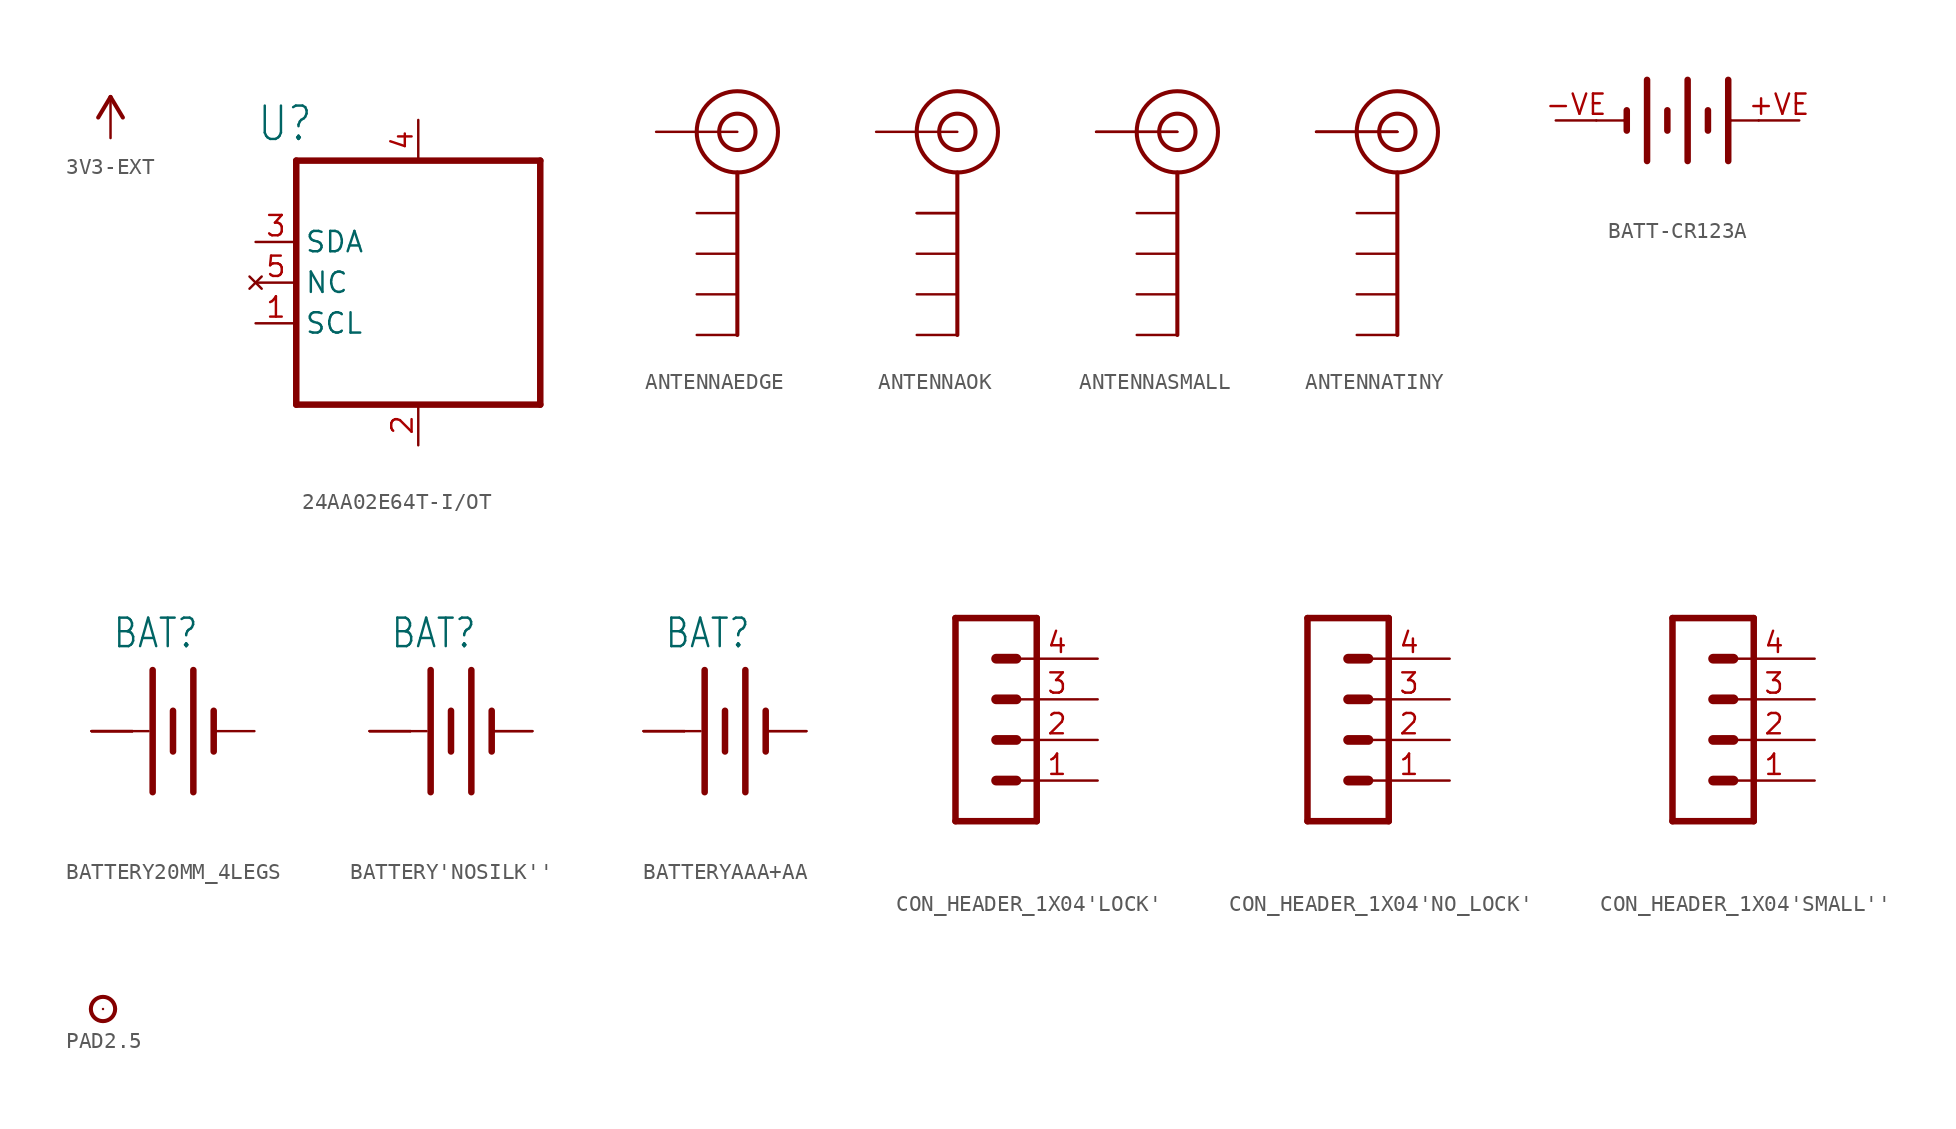
<source format=kicad_sym>
(kicad_symbol_lib
  (version 20231120)
  (generator "kicad_symbol_editor")
  (generator_version "8.0")
  (symbol "3V3-EXT"
    (power)
    (property "Reference" "#P+"
      (at 0 0 0)
      (effects (font (size 1.27 1.27)) (hide yes)))
    (property "Value" ""
      (at -1.016 3.556 0)
      (effects (font (size 1.778 1.511)) (justify left bottom)))
    (property "ki_locked" ""
      (at 0 0 0)
      (effects (font (size 1.27 1.27))))
    (symbol "3V3-EXT_1_0"
      (polyline (pts (xy 0 2.54) (xy -0.762 1.27)) (stroke (width 0.254) (type solid)) (fill (type none)))
      (polyline (pts (xy 0.762 1.27) (xy 0 2.54)) (stroke (width 0.254) (type solid)) (fill (type none)))
      (pin power_in line (at 0 0 90) (length 2.54) (name "3V3-EXT" (effects (font (size 0 0)))) (number "1" (effects (font (size 0 0)))))))
  (symbol "24AA02E64T-I/OT"
    (property "Reference" "U"
      (at -12.649 6.172 0)
      (effects (font (size 2.083 1.77)) (justify left bottom)))
    (property "Value" ""
      (at -0.762 -12.954 0)
      (effects (font (size 2.083 1.77)) (justify left bottom)))
    (property "ki_locked" ""
      (at 0 0 0)
      (effects (font (size 1.27 1.27))))
    (symbol "24AA02E64T-I/OT_1_0"
      (polyline (pts (xy -10.16 -10.16) (xy 5.08 -10.16)) (stroke (width 0.406) (type solid)) (fill (type none)))
      (polyline (pts (xy -10.16 5.08) (xy -10.16 -10.16)) (stroke (width 0.406) (type solid)) (fill (type none)))
      (polyline (pts (xy 5.08 -10.16) (xy 5.08 5.08)) (stroke (width 0.406) (type solid)) (fill (type none)))
      (polyline (pts (xy 5.08 5.08) (xy -10.16 5.08)) (stroke (width 0.406) (type solid)) (fill (type none)))
      (pin input line (at -12.7 -5.08 0) (length 2.54) (name "SCL" (effects (font (size 1.27 1.27)))) (number "1" (effects (font (size 1.27 1.27)))))
      (pin power_in line (at -2.54 -12.7 90) (length 2.54) (name "VSS" (effects (font (size 0 0)))) (number "2" (effects (font (size 1.27 1.27)))))
      (pin bidirectional line (at -12.7 0 0) (length 2.54) (name "SDA" (effects (font (size 1.27 1.27)))) (number "3" (effects (font (size 1.27 1.27)))))
      (pin power_in line (at -2.54 7.62 270) (length 2.54) (name "VCC" (effects (font (size 0 0)))) (number "4" (effects (font (size 1.27 1.27)))))
      (pin no_connect line (at -12.7 -2.54 0) (length 2.54) (name "NC" (effects (font (size 1.27 1.27)))) (number "5" (effects (font (size 1.27 1.27)))))))
  (symbol "ANTENNAEDGE"
    (property "Reference" "J$"
      (at 0 0 0)
      (effects (font (size 1.27 1.27)) (hide yes)))
    (property "ki_locked" ""
      (at 0 0 0)
      (effects (font (size 1.27 1.27))))
    (symbol "ANTENNAEDGE_1_0"
      (polyline (pts (xy 0 -2.54) (xy 0 -12.7)) (stroke (width 0.254) (type solid)) (fill (type none)))
      (circle (center 0 0) (radius 1.136) (stroke (width 0.254) (type solid)) (fill (type none)))
      (circle (center 0 0) (radius 2.54) (stroke (width 0.254) (type solid)) (fill (type none)))
      (pin bidirectional line (at -2.54 -5.08 0) (length 2.54) (name "GND@0" (effects (font (size 0 0)))) (number "GND@0" (effects (font (size 0 0)))))
      (pin bidirectional line (at -2.54 -7.62 0) (length 2.54) (name "GND@1" (effects (font (size 0 0)))) (number "GND@1" (effects (font (size 0 0)))))
      (pin bidirectional line (at -2.54 -10.16 0) (length 2.54) (name "GND@2" (effects (font (size 0 0)))) (number "GND@2" (effects (font (size 0 0)))))
      (pin bidirectional line (at -2.54 -12.7 0) (length 2.54) (name "GND@3" (effects (font (size 0 0)))) (number "GND@3" (effects (font (size 0 0)))))
      (pin bidirectional line (at -5.08 0 0) (length 5.08) (name "SIGNAL" (effects (font (size 0 0)))) (number "SIG" (effects (font (size 0 0)))))))
  (symbol "ANTENNAOK"
    (property "Reference" "J$"
      (at 0 0 0)
      (effects (font (size 1.27 1.27)) (hide yes)))
    (property "ki_locked" ""
      (at 0 0 0)
      (effects (font (size 1.27 1.27))))
    (symbol "ANTENNAOK_1_0"
      (polyline (pts (xy 0 -2.54) (xy 0 -12.7)) (stroke (width 0.254) (type solid)) (fill (type none)))
      (circle (center 0 0) (radius 1.136) (stroke (width 0.254) (type solid)) (fill (type none)))
      (circle (center 0 0) (radius 2.54) (stroke (width 0.254) (type solid)) (fill (type none)))
      (pin bidirectional line (at -2.54 -5.08 0) (length 2.54) (name "GND@0" (effects (font (size 0 0)))) (number "ANT1" (effects (font (size 0 0)))))
      (pin bidirectional line (at -5.08 0 0) (length 5.08) (name "SIGNAL" (effects (font (size 0 0)))) (number "ANT2" (effects (font (size 0 0)))))
      (pin bidirectional line (at -2.54 -5.08 0) (length 2.54) (name "GND@0" (effects (font (size 0 0)))) (number "GND1" (effects (font (size 0 0)))))
      (pin bidirectional line (at -2.54 -7.62 0) (length 2.54) (name "GND@1" (effects (font (size 0 0)))) (number "GND2" (effects (font (size 0 0)))))
      (pin bidirectional line (at -2.54 -10.16 0) (length 2.54) (name "GND@2" (effects (font (size 0 0)))) (number "GND3" (effects (font (size 0 0)))))
      (pin bidirectional line (at -2.54 -12.7 0) (length 2.54) (name "GND@3" (effects (font (size 0 0)))) (number "GND4" (effects (font (size 0 0)))))))
  (symbol "ANTENNASMALL"
    (property "Reference" "J$"
      (at 0 0 0)
      (effects (font (size 1.27 1.27)) (hide yes)))
    (property "ki_locked" ""
      (at 0 0 0)
      (effects (font (size 1.27 1.27))))
    (symbol "ANTENNASMALL_1_0"
      (polyline (pts (xy 0 -2.54) (xy 0 -12.7)) (stroke (width 0.254) (type solid)) (fill (type none)))
      (circle (center 0 0) (radius 1.136) (stroke (width 0.254) (type solid)) (fill (type none)))
      (circle (center 0 0) (radius 2.54) (stroke (width 0.254) (type solid)) (fill (type none)))
      (pin bidirectional line (at -5.08 0 0) (length 5.08) (name "SIGNAL" (effects (font (size 0 0)))) (number "ANT1" (effects (font (size 0 0)))))
      (pin bidirectional line (at -5.08 0 0) (length 5.08) (name "SIGNAL" (effects (font (size 0 0)))) (number "ANT2" (effects (font (size 0 0)))))
      (pin bidirectional line (at -2.54 -5.08 0) (length 2.54) (name "GND@0" (effects (font (size 0 0)))) (number "GND1" (effects (font (size 0 0)))))
      (pin bidirectional line (at -2.54 -7.62 0) (length 2.54) (name "GND@1" (effects (font (size 0 0)))) (number "GND2" (effects (font (size 0 0)))))
      (pin bidirectional line (at -2.54 -10.16 0) (length 2.54) (name "GND@2" (effects (font (size 0 0)))) (number "GND3" (effects (font (size 0 0)))))
      (pin bidirectional line (at -2.54 -12.7 0) (length 2.54) (name "GND@3" (effects (font (size 0 0)))) (number "GND4" (effects (font (size 0 0)))))))
  (symbol "ANTENNATINY"
    (property "Reference" "J$"
      (at 0 0 0)
      (effects (font (size 1.27 1.27)) (hide yes)))
    (property "ki_locked" ""
      (at 0 0 0)
      (effects (font (size 1.27 1.27))))
    (symbol "ANTENNATINY_1_0"
      (polyline (pts (xy 0 -2.54) (xy 0 -12.7)) (stroke (width 0.254) (type solid)) (fill (type none)))
      (circle (center 0 0) (radius 1.136) (stroke (width 0.254) (type solid)) (fill (type none)))
      (circle (center 0 0) (radius 2.54) (stroke (width 0.254) (type solid)) (fill (type none)))
      (pin bidirectional line (at -5.08 0 0) (length 5.08) (name "SIGNAL" (effects (font (size 0 0)))) (number "ANT1" (effects (font (size 0 0)))))
      (pin bidirectional line (at -5.08 0 0) (length 5.08) (name "SIGNAL" (effects (font (size 0 0)))) (number "ANT2" (effects (font (size 0 0)))))
      (pin bidirectional line (at -5.08 0 0) (length 5.08) (name "SIGNAL" (effects (font (size 0 0)))) (number "ANT3" (effects (font (size 0 0)))))
      (pin bidirectional line (at -2.54 -5.08 0) (length 2.54) (name "GND@0" (effects (font (size 0 0)))) (number "GND1" (effects (font (size 0 0)))))
      (pin bidirectional line (at -2.54 -7.62 0) (length 2.54) (name "GND@1" (effects (font (size 0 0)))) (number "GND2" (effects (font (size 0 0)))))
      (pin bidirectional line (at -2.54 -10.16 0) (length 2.54) (name "GND@2" (effects (font (size 0 0)))) (number "GND3" (effects (font (size 0 0)))))
      (pin bidirectional line (at -2.54 -12.7 0) (length 2.54) (name "GND@3" (effects (font (size 0 0)))) (number "GND4" (effects (font (size 0 0)))))))
  (symbol "BATT-CR123A"
    (property "Reference" ""
      (at -3.81 3.175 0)
      (effects (font (size 1.778 1.511)) (justify left bottom) (hide yes)))
    (property "Value" ""
      (at -3.81 -5.08 0)
      (effects (font (size 1.778 1.511)) (justify left bottom)))
    (property "ki_locked" ""
      (at 0 0 0)
      (effects (font (size 1.27 1.27))))
    (symbol "BATT-CR123A_1_0"
      (polyline (pts (xy -5.08 0) (xy -3.175 0)) (stroke (width 0.152) (type solid)) (fill (type none)))
      (polyline (pts (xy -3.175 0) (xy -3.175 -0.635)) (stroke (width 0.406) (type solid)) (fill (type none)))
      (polyline (pts (xy -3.175 0.635) (xy -3.175 0)) (stroke (width 0.406) (type solid)) (fill (type none)))
      (polyline (pts (xy -1.905 2.54) (xy -1.905 -2.54)) (stroke (width 0.406) (type solid)) (fill (type none)))
      (polyline (pts (xy -0.635 0.635) (xy -0.635 -0.635)) (stroke (width 0.406) (type solid)) (fill (type none)))
      (polyline (pts (xy 0.635 2.54) (xy 0.635 -2.54)) (stroke (width 0.406) (type solid)) (fill (type none)))
      (polyline (pts (xy 1.905 0.635) (xy 1.905 -0.635)) (stroke (width 0.406) (type solid)) (fill (type none)))
      (polyline (pts (xy 3.175 0) (xy 3.175 -2.54)) (stroke (width 0.406) (type solid)) (fill (type none)))
      (polyline (pts (xy 3.175 0) (xy 5.08 0)) (stroke (width 0.152) (type solid)) (fill (type none)))
      (polyline (pts (xy 3.175 2.54) (xy 3.175 0)) (stroke (width 0.406) (type solid)) (fill (type none)))
      (pin passive line (at 7.62 0 180) (length 2.54) (name "+" (effects (font (size 0 0)))) (number "+VE" (effects (font (size 1.27 1.27)))))
      (pin passive line (at -7.62 0 0) (length 2.54) (name "-" (effects (font (size 0 0)))) (number "-VE" (effects (font (size 1.27 1.27)))))))
  (symbol "BATTERY20MM_4LEGS"
    (property "Reference" "BAT"
      (at -3.81 5.08 0)
      (effects (font (size 1.778 1.511)) (justify left bottom)))
    (property "Value" ""
      (at -3.81 -6.35 0)
      (effects (font (size 1.778 1.511)) (justify left bottom)))
    (property "ki_locked" ""
      (at 0 0 0)
      (effects (font (size 1.27 1.27))))
    (symbol "BATTERY20MM_4LEGS_1_0"
      (polyline (pts (xy -2.54 0) (xy -1.524 0)) (stroke (width 0.152) (type solid)) (fill (type none)))
      (polyline (pts (xy -1.27 3.81) (xy -1.27 -3.81)) (stroke (width 0.406) (type solid)) (fill (type none)))
      (polyline (pts (xy 0 1.27) (xy 0 -1.27)) (stroke (width 0.406) (type solid)) (fill (type none)))
      (polyline (pts (xy 1.27 3.81) (xy 1.27 -3.81)) (stroke (width 0.406) (type solid)) (fill (type none)))
      (polyline (pts (xy 2.54 1.27) (xy 2.54 -1.27)) (stroke (width 0.406) (type solid)) (fill (type none)))
      (pin power_in line (at 5.08 0 180) (length 2.54) (name "-" (effects (font (size 0 0)))) (number "NEGATIVE" (effects (font (size 0 0)))))
      (pin power_in line (at -5.08 0 0) (length 2.54) (name "+" (effects (font (size 0 0)))) (number "POSITIVE@1" (effects (font (size 0 0)))))
      (pin power_in line (at -5.08 0 0) (length 2.54) (name "+" (effects (font (size 0 0)))) (number "POSITIVE@2" (effects (font (size 0 0)))))
      (pin power_in line (at -5.08 0 0) (length 2.54) (name "+" (effects (font (size 0 0)))) (number "POSITIVE@3" (effects (font (size 0 0)))))
      (pin power_in line (at -5.08 0 0) (length 2.54) (name "+" (effects (font (size 0 0)))) (number "POSITIVE@4" (effects (font (size 0 0)))))))
  (symbol "BATTERY'NOSILK''"
    (property "Reference" "BAT"
      (at -3.81 5.08 0)
      (effects (font (size 1.778 1.511)) (justify left bottom)))
    (property "Value" ""
      (at -3.81 -6.35 0)
      (effects (font (size 1.778 1.511)) (justify left bottom)))
    (property "ki_locked" ""
      (at 0 0 0)
      (effects (font (size 1.27 1.27))))
    (symbol "BATTERY'NOSILK''_1_0"
      (polyline (pts (xy -2.54 0) (xy -1.524 0)) (stroke (width 0.152) (type solid)) (fill (type none)))
      (polyline (pts (xy -1.27 3.81) (xy -1.27 -3.81)) (stroke (width 0.406) (type solid)) (fill (type none)))
      (polyline (pts (xy 0 1.27) (xy 0 -1.27)) (stroke (width 0.406) (type solid)) (fill (type none)))
      (polyline (pts (xy 1.27 3.81) (xy 1.27 -3.81)) (stroke (width 0.406) (type solid)) (fill (type none)))
      (polyline (pts (xy 2.54 1.27) (xy 2.54 -1.27)) (stroke (width 0.406) (type solid)) (fill (type none)))
      (pin power_in line (at 5.08 0 180) (length 2.54) (name "-" (effects (font (size 0 0)))) (number "GND@1" (effects (font (size 0 0)))))
      (pin power_in line (at 5.08 0 180) (length 2.54) (name "-" (effects (font (size 0 0)))) (number "GND@2" (effects (font (size 0 0)))))
      (pin power_in line (at -5.08 0 0) (length 2.54) (name "+" (effects (font (size 0 0)))) (number "PWR@1" (effects (font (size 0 0)))))
      (pin power_in line (at -5.08 0 0) (length 2.54) (name "+" (effects (font (size 0 0)))) (number "PWR@2" (effects (font (size 0 0)))))
      (pin power_in line (at -5.08 0 0) (length 2.54) (name "+" (effects (font (size 0 0)))) (number "PWR@3" (effects (font (size 0 0)))))))
  (symbol "BATTERYAAA+AA"
    (property "Reference" "BAT"
      (at -3.81 5.08 0)
      (effects (font (size 1.778 1.511)) (justify left bottom)))
    (property "Value" ""
      (at -3.81 -6.35 0)
      (effects (font (size 1.778 1.511)) (justify left bottom)))
    (property "ki_locked" ""
      (at 0 0 0)
      (effects (font (size 1.27 1.27))))
    (symbol "BATTERYAAA+AA_1_0"
      (polyline (pts (xy -2.54 0) (xy -1.524 0)) (stroke (width 0.152) (type solid)) (fill (type none)))
      (polyline (pts (xy -1.27 3.81) (xy -1.27 -3.81)) (stroke (width 0.406) (type solid)) (fill (type none)))
      (polyline (pts (xy 0 1.27) (xy 0 -1.27)) (stroke (width 0.406) (type solid)) (fill (type none)))
      (polyline (pts (xy 1.27 3.81) (xy 1.27 -3.81)) (stroke (width 0.406) (type solid)) (fill (type none)))
      (polyline (pts (xy 2.54 1.27) (xy 2.54 -1.27)) (stroke (width 0.406) (type solid)) (fill (type none)))
      (pin power_in line (at 5.08 0 180) (length 2.54) (name "-" (effects (font (size 0 0)))) (number "GND@1" (effects (font (size 0 0)))))
      (pin power_in line (at 5.08 0 180) (length 2.54) (name "-" (effects (font (size 0 0)))) (number "GND@2" (effects (font (size 0 0)))))
      (pin power_in line (at -5.08 0 0) (length 2.54) (name "+" (effects (font (size 0 0)))) (number "PWR@1" (effects (font (size 0 0)))))
      (pin power_in line (at -5.08 0 0) (length 2.54) (name "+" (effects (font (size 0 0)))) (number "PWR@2" (effects (font (size 0 0)))))
      (pin power_in line (at -5.08 0 0) (length 2.54) (name "+" (effects (font (size 0 0)))) (number "PWR@3" (effects (font (size 0 0)))))))
  (symbol "CON_HEADER_1X04'LOCK'"
    (property "Reference" ""
      (at 1.27 13.462 0)
      (effects (font (size 1.778 1.511)) (justify left bottom) (hide yes)))
    (property "Value" ""
      (at 1.27 -2.54 0)
      (effects (font (size 1.778 1.511)) (justify left bottom)))
    (property "ki_locked" ""
      (at 0 0 0)
      (effects (font (size 1.27 1.27))))
    (symbol "CON_HEADER_1X04'LOCK'_1_0"
      (polyline (pts (xy 1.27 12.7) (xy 1.27 0)) (stroke (width 0.406) (type solid)) (fill (type none)))
      (polyline (pts (xy 1.27 12.7) (xy 6.35 12.7)) (stroke (width 0.406) (type solid)) (fill (type none)))
      (polyline (pts (xy 3.81 2.54) (xy 5.08 2.54)) (stroke (width 0.61) (type solid)) (fill (type none)))
      (polyline (pts (xy 3.81 5.08) (xy 5.08 5.08)) (stroke (width 0.61) (type solid)) (fill (type none)))
      (polyline (pts (xy 3.81 7.62) (xy 5.08 7.62)) (stroke (width 0.61) (type solid)) (fill (type none)))
      (polyline (pts (xy 3.81 10.16) (xy 5.08 10.16)) (stroke (width 0.61) (type solid)) (fill (type none)))
      (polyline (pts (xy 6.35 0) (xy 1.27 0)) (stroke (width 0.406) (type solid)) (fill (type none)))
      (polyline (pts (xy 6.35 0) (xy 6.35 12.7)) (stroke (width 0.406) (type solid)) (fill (type none)))
      (pin passive line (at 10.16 2.54 180) (length 5.08) (name "1" (effects (font (size 0 0)))) (number "1" (effects (font (size 1.27 1.27)))))
      (pin passive line (at 10.16 5.08 180) (length 5.08) (name "2" (effects (font (size 0 0)))) (number "2" (effects (font (size 1.27 1.27)))))
      (pin passive line (at 10.16 7.62 180) (length 5.08) (name "3" (effects (font (size 0 0)))) (number "3" (effects (font (size 1.27 1.27)))))
      (pin passive line (at 10.16 10.16 180) (length 5.08) (name "4" (effects (font (size 0 0)))) (number "4" (effects (font (size 1.27 1.27)))))))
  (symbol "CON_HEADER_1X04'NO_LOCK'"
    (property "Reference" ""
      (at 1.27 13.462 0)
      (effects (font (size 1.778 1.511)) (justify left bottom) (hide yes)))
    (property "Value" ""
      (at 1.27 -2.54 0)
      (effects (font (size 1.778 1.511)) (justify left bottom)))
    (property "ki_locked" ""
      (at 0 0 0)
      (effects (font (size 1.27 1.27))))
    (symbol "CON_HEADER_1X04'NO_LOCK'_1_0"
      (polyline (pts (xy 1.27 12.7) (xy 1.27 0)) (stroke (width 0.406) (type solid)) (fill (type none)))
      (polyline (pts (xy 1.27 12.7) (xy 6.35 12.7)) (stroke (width 0.406) (type solid)) (fill (type none)))
      (polyline (pts (xy 3.81 2.54) (xy 5.08 2.54)) (stroke (width 0.61) (type solid)) (fill (type none)))
      (polyline (pts (xy 3.81 5.08) (xy 5.08 5.08)) (stroke (width 0.61) (type solid)) (fill (type none)))
      (polyline (pts (xy 3.81 7.62) (xy 5.08 7.62)) (stroke (width 0.61) (type solid)) (fill (type none)))
      (polyline (pts (xy 3.81 10.16) (xy 5.08 10.16)) (stroke (width 0.61) (type solid)) (fill (type none)))
      (polyline (pts (xy 6.35 0) (xy 1.27 0)) (stroke (width 0.406) (type solid)) (fill (type none)))
      (polyline (pts (xy 6.35 0) (xy 6.35 12.7)) (stroke (width 0.406) (type solid)) (fill (type none)))
      (pin passive line (at 10.16 2.54 180) (length 5.08) (name "1" (effects (font (size 0 0)))) (number "1" (effects (font (size 1.27 1.27)))))
      (pin passive line (at 10.16 5.08 180) (length 5.08) (name "2" (effects (font (size 0 0)))) (number "2" (effects (font (size 1.27 1.27)))))
      (pin passive line (at 10.16 7.62 180) (length 5.08) (name "3" (effects (font (size 0 0)))) (number "3" (effects (font (size 1.27 1.27)))))
      (pin passive line (at 10.16 10.16 180) (length 5.08) (name "4" (effects (font (size 0 0)))) (number "4" (effects (font (size 1.27 1.27)))))))
  (symbol "CON_HEADER_1X04'SMALL''"
    (property "Reference" ""
      (at 1.27 13.462 0)
      (effects (font (size 1.778 1.511)) (justify left bottom) (hide yes)))
    (property "Value" ""
      (at 1.27 -2.54 0)
      (effects (font (size 1.778 1.511)) (justify left bottom)))
    (property "ki_locked" ""
      (at 0 0 0)
      (effects (font (size 1.27 1.27))))
    (symbol "CON_HEADER_1X04'SMALL''_1_0"
      (polyline (pts (xy 1.27 12.7) (xy 1.27 0)) (stroke (width 0.406) (type solid)) (fill (type none)))
      (polyline (pts (xy 1.27 12.7) (xy 6.35 12.7)) (stroke (width 0.406) (type solid)) (fill (type none)))
      (polyline (pts (xy 3.81 2.54) (xy 5.08 2.54)) (stroke (width 0.61) (type solid)) (fill (type none)))
      (polyline (pts (xy 3.81 5.08) (xy 5.08 5.08)) (stroke (width 0.61) (type solid)) (fill (type none)))
      (polyline (pts (xy 3.81 7.62) (xy 5.08 7.62)) (stroke (width 0.61) (type solid)) (fill (type none)))
      (polyline (pts (xy 3.81 10.16) (xy 5.08 10.16)) (stroke (width 0.61) (type solid)) (fill (type none)))
      (polyline (pts (xy 6.35 0) (xy 1.27 0)) (stroke (width 0.406) (type solid)) (fill (type none)))
      (polyline (pts (xy 6.35 0) (xy 6.35 12.7)) (stroke (width 0.406) (type solid)) (fill (type none)))
      (pin passive line (at 10.16 2.54 180) (length 5.08) (name "1" (effects (font (size 0 0)))) (number "1" (effects (font (size 1.27 1.27)))))
      (pin passive line (at 10.16 5.08 180) (length 5.08) (name "2" (effects (font (size 0 0)))) (number "2" (effects (font (size 1.27 1.27)))))
      (pin passive line (at 10.16 7.62 180) (length 5.08) (name "3" (effects (font (size 0 0)))) (number "3" (effects (font (size 1.27 1.27)))))
      (pin passive line (at 10.16 10.16 180) (length 5.08) (name "4" (effects (font (size 0 0)))) (number "4" (effects (font (size 1.27 1.27)))))))
  (symbol "PAD2.5"
    (property "Reference" "P"
      (at 0 0 0)
      (effects (font (size 1.27 1.27)) (hide yes)))
    (property "ki_locked" ""
      (at 0 0 0)
      (effects (font (size 1.27 1.27))))
    (symbol "PAD2.5_1_0"
      (circle (center 0 0) (radius 0.762) (stroke (width 0.254) (type solid)) (fill (type none)))
      (pin bidirectional line (at 0 0 0) (length 0) (name "1" (effects (font (size 0 0)))) (number "1" (effects (font (size 0 0))))))))
</source>
